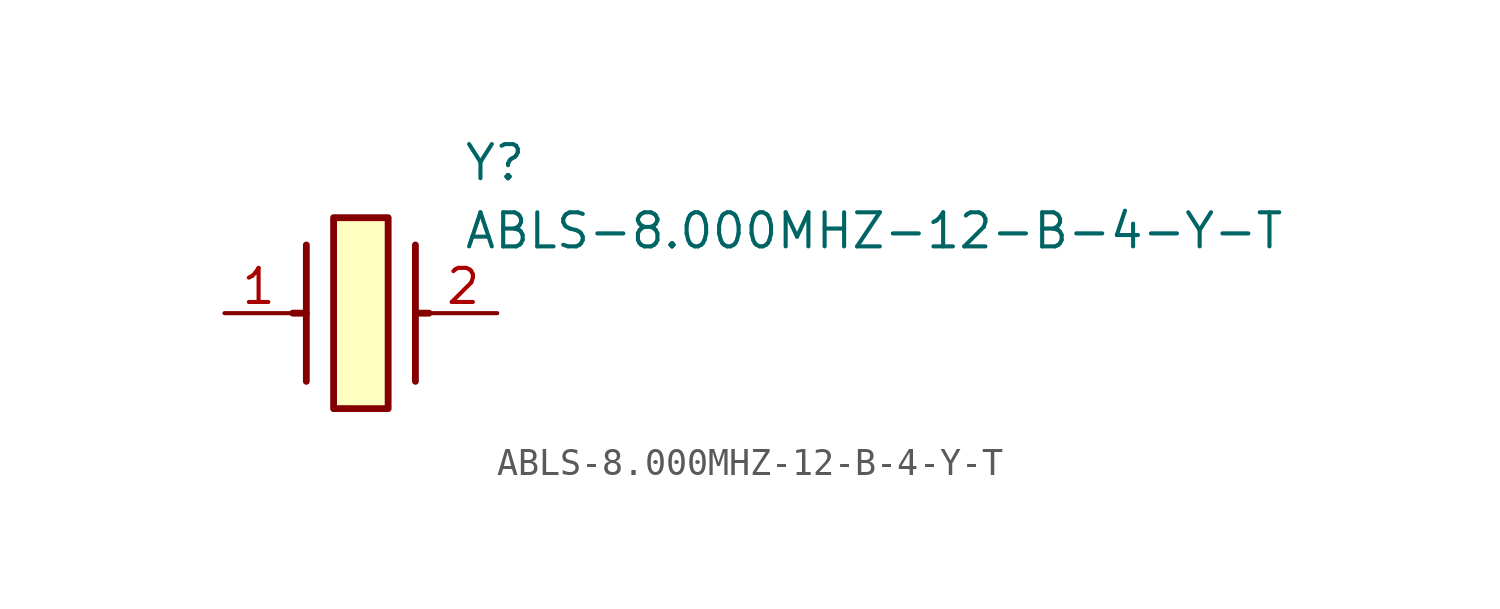
<source format=kicad_sym>
(kicad_symbol_lib
  (version 20211014)
  (generator SamacSys_ECAD_Model)
  (symbol "ABLS-8.000MHZ-12-B-4-Y-T"
    (pin_names hide)
    (property "Reference" "Y"
      (at 8.89 6.35 0)
      (effects (font (size 1.27 1.27)) (justify left top)))
    (property "Value" "ABLS-8.000MHZ-12-B-4-Y-T"
      (at 8.89 3.81 0)
      (effects (font (size 1.27 1.27)) (justify left top)))
    (rectangle
      (start 4.064 3.556)
      (end 6.096 -3.556)
      (stroke (width 0.254) (type default))
      (fill (type background)))
    (polyline
      (pts (xy 3.048 2.54) (xy 3.048 -2.54))
      (stroke (width 0.254) (type default))
      (fill (type none)))
    (polyline
      (pts (xy 7.112 2.54) (xy 7.112 -2.54))
      (stroke (width 0.254) (type default))
      (fill (type none)))
    (polyline
      (pts (xy 7.112 0) (xy 7.62 0))
      (stroke (width 0.254) (type default))
      (fill (type none)))
    (polyline
      (pts (xy 3.048 0) (xy 2.54 0))
      (stroke (width 0.254) (type default))
      (fill (type none)))
    (pin passive line
      (at 0 0 0)
      (length 2.54)
      (name "1" (effects (font (size 1.27 1.27))))
      (number "1" (effects (font (size 1.27 1.27)))))
    (pin passive line
      (at 10.16 0 180)
      (length 2.54)
      (name "2" (effects (font (size 1.27 1.27))))
      (number "2" (effects (font (size 1.27 1.27)))))))
</source>
